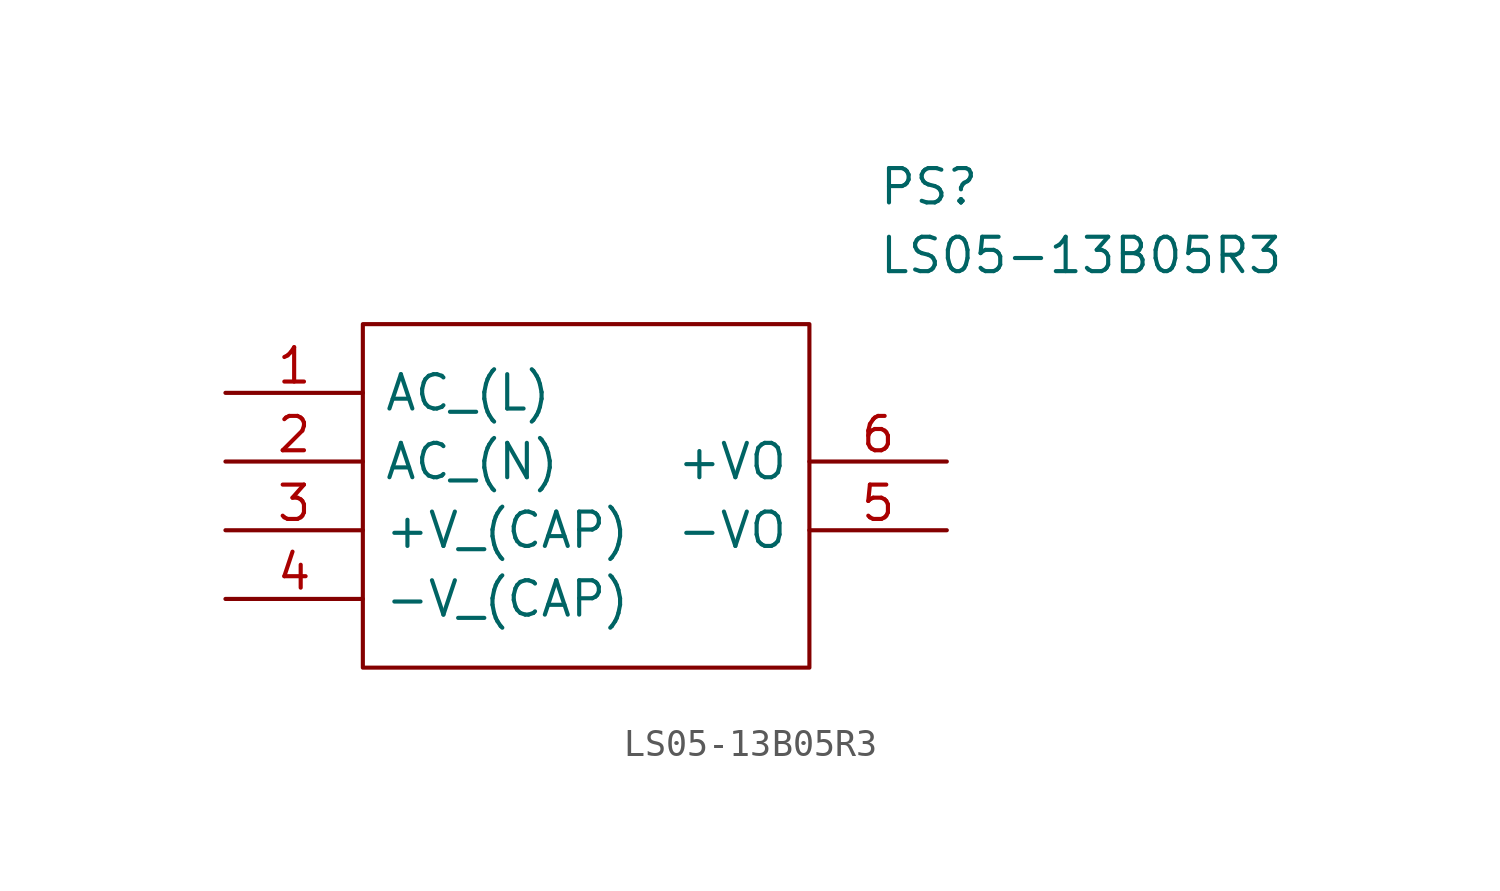
<source format=kicad_sym>
(kicad_symbol_lib
  (version 20211014)
  (generator kicad_symbol_editor)
  (symbol "LS05-13B05R3"
    (pin_names
      (offset 0.762))
    (property "Reference" "PS"
      (at 24.13 7.62 0)
      (effects (font (size 1.27 1.27)) (justify left)))
    (property "Value" "LS05-13B05R3"
      (at 24.13 5.08 0)
      (effects (font (size 1.27 1.27)) (justify left)))
    (symbol "LS05-13B05R3_0_0"
      (pin passive line (at 0 0 0) (length 5.08) (name "AC_(L)" (effects (font (size 1.27 1.27)))) (number "1" (effects (font (size 1.27 1.27)))))
      (pin passive line (at 0 -2.54 0) (length 5.08) (name "AC_(N)" (effects (font (size 1.27 1.27)))) (number "2" (effects (font (size 1.27 1.27)))))
      (pin passive line (at 0 -5.08 0) (length 5.08) (name "+V_(CAP)" (effects (font (size 1.27 1.27)))) (number "3" (effects (font (size 1.27 1.27)))))
      (pin passive line (at 0 -7.62 0) (length 5.08) (name "-V_(CAP)" (effects (font (size 1.27 1.27)))) (number "4" (effects (font (size 1.27 1.27)))))
      (pin passive line (at 26.67 -5.08 180) (length 5.08) (name "-VO" (effects (font (size 1.27 1.27)))) (number "5" (effects (font (size 1.27 1.27)))))
      (pin passive line (at 26.67 -2.54 180) (length 5.08) (name "+VO" (effects (font (size 1.27 1.27)))) (number "6" (effects (font (size 1.27 1.27))))))
    (symbol "LS05-13B05R3_0_1"
      (polyline (pts (xy 5.08 2.54) (xy 21.59 2.54) (xy 21.59 -10.16) (xy 5.08 -10.16) (xy 5.08 2.54)) (stroke (width 0.152) (type default) (color 0 0 0 0)) (fill (type none))))))
</source>
